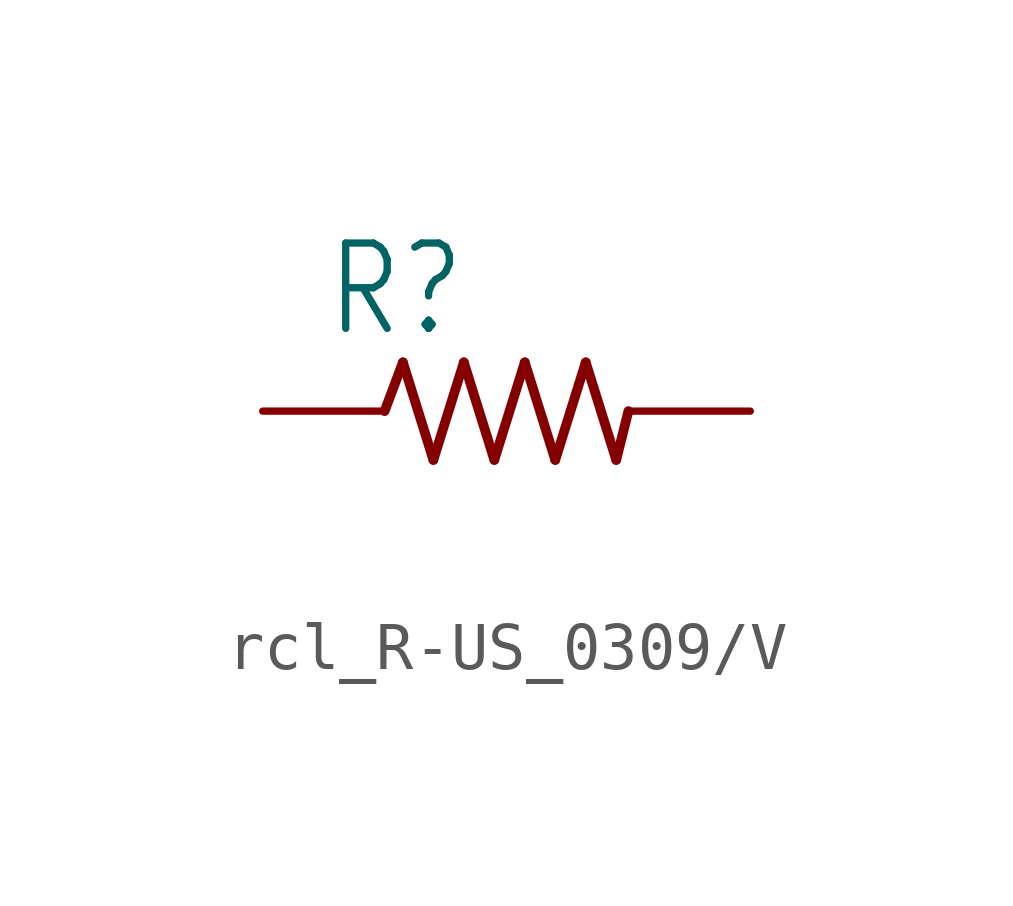
<source format=kicad_sym>
(kicad_symbol_lib
  (version 20231120)
  (generator "kicad_symbol_editor")
  (generator_version "8.0")
  (symbol "rcl_R-US_0309/V"
    (property "Reference" "R"
      (at -3.81 1.499 0)
      (effects (font (size 1.778 1.511)) (justify left bottom)))
    (property "Value" ""
      (at -3.81 -3.302 0)
      (effects (font (size 1.778 1.511)) (justify left bottom)))
    (property "ki_locked" ""
      (at 0 0 0)
      (effects (font (size 1.27 1.27))))
    (symbol "rcl_R-US_0309/V_1_0"
      (polyline (pts (xy -2.54 0) (xy -2.159 1.016)) (stroke (width 0.203) (type solid)) (fill (type none)))
      (polyline (pts (xy -2.159 1.016) (xy -1.524 -1.016)) (stroke (width 0.203) (type solid)) (fill (type none)))
      (polyline (pts (xy -1.524 -1.016) (xy -0.889 1.016)) (stroke (width 0.203) (type solid)) (fill (type none)))
      (polyline (pts (xy -0.889 1.016) (xy -0.254 -1.016)) (stroke (width 0.203) (type solid)) (fill (type none)))
      (polyline (pts (xy -0.254 -1.016) (xy 0.381 1.016)) (stroke (width 0.203) (type solid)) (fill (type none)))
      (polyline (pts (xy 0.381 1.016) (xy 1.016 -1.016)) (stroke (width 0.203) (type solid)) (fill (type none)))
      (polyline (pts (xy 1.016 -1.016) (xy 1.651 1.016)) (stroke (width 0.203) (type solid)) (fill (type none)))
      (polyline (pts (xy 1.651 1.016) (xy 2.286 -1.016)) (stroke (width 0.203) (type solid)) (fill (type none)))
      (polyline (pts (xy 2.286 -1.016) (xy 2.54 0)) (stroke (width 0.203) (type solid)) (fill (type none)))
      (pin passive line (at -5.08 0 0) (length 2.54) (name "1" (effects (font (size 0 0)))) (number "1" (effects (font (size 0 0)))))
      (pin passive line (at 5.08 0 180) (length 2.54) (name "2" (effects (font (size 0 0)))) (number "2" (effects (font (size 0 0))))))))
</source>
